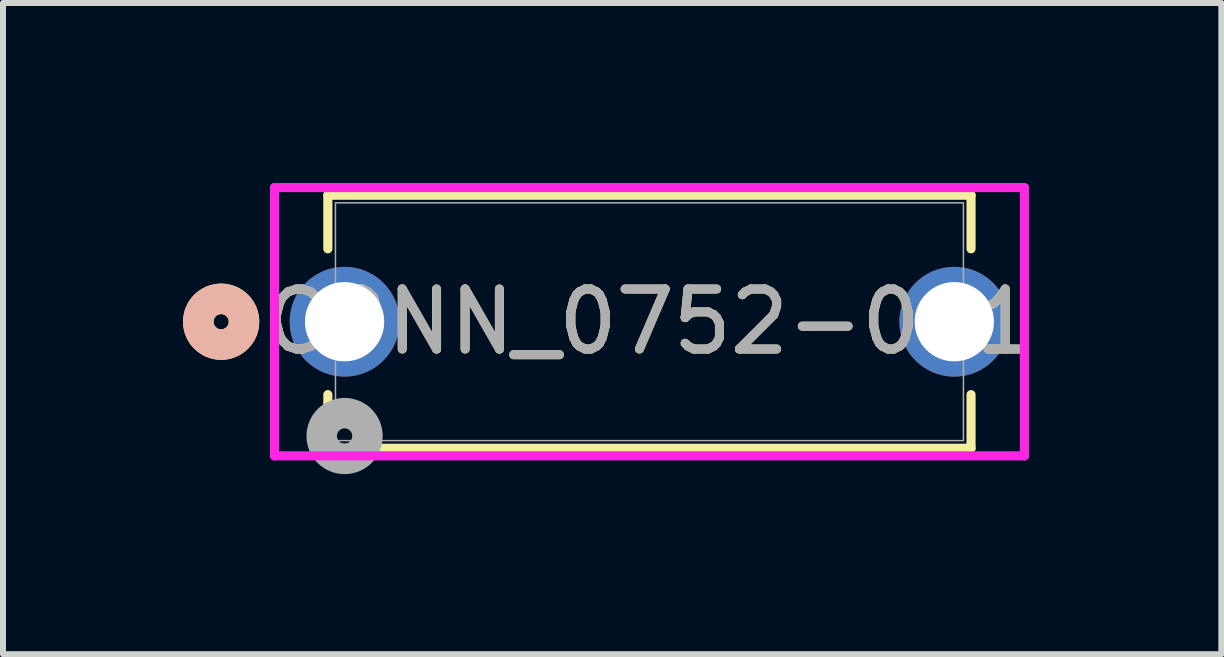
<source format=kicad_pcb>
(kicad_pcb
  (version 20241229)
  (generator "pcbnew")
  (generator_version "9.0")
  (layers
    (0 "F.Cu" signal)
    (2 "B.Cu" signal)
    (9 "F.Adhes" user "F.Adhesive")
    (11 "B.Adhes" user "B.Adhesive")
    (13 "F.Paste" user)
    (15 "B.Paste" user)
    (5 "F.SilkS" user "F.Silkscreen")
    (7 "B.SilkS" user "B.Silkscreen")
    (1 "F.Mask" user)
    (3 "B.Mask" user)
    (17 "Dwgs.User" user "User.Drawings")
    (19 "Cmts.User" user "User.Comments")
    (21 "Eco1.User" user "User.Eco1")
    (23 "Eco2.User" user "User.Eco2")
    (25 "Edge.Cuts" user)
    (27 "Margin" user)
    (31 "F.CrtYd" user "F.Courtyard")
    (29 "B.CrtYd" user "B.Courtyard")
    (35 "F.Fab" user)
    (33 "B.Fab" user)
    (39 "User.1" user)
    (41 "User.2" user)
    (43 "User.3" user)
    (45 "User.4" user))
  (footprint "CONN_0752-001"
    (layer "F.Cu")
    (at 2.692 2.311)
    (property "Reference" "CONN_0752-001" (at 5.08 0 0) (unlocked yes) (layer "F.SilkS") (effects (font (size 1 1) (thickness 0.15))))
    (attr through_hole)
    (fp_line (start -0.279 -2.108) (end -0.279 -1.215) (stroke (width 0.152) (type solid)) (layer "F.SilkS"))
    (fp_line (start -0.279 1.215) (end -0.279 2.108) (stroke (width 0.152) (type solid)) (layer "F.SilkS"))
    (fp_line (start -0.279 2.108) (end 10.439 2.108) (stroke (width 0.152) (type solid)) (layer "F.SilkS"))
    (fp_line (start 10.439 -2.108) (end -0.279 -2.108) (stroke (width 0.152) (type solid)) (layer "F.SilkS"))
    (fp_line (start 10.439 -1.215) (end 10.439 -2.108) (stroke (width 0.152) (type solid)) (layer "F.SilkS"))
    (fp_line (start 10.439 2.108) (end 10.439 1.215) (stroke (width 0.152) (type solid)) (layer "F.SilkS"))
    (fp_circle (center -2.057 0) (end -1.676 0) (stroke (width 0.508) (type solid)) (fill no) (layer "F.SilkS"))
    (fp_circle (center -2.057 0) (end -1.676 0) (stroke (width 0.508) (type solid)) (fill no) (layer "B.SilkS"))
    (fp_line (start -1.168 -2.235) (end -1.168 2.235) (stroke (width 0.152) (type solid)) (layer "F.CrtYd"))
    (fp_line (start -1.168 2.235) (end 11.328 2.235) (stroke (width 0.152) (type solid)) (layer "F.CrtYd"))
    (fp_line (start 11.328 -2.235) (end -1.168 -2.235) (stroke (width 0.152) (type solid)) (layer "F.CrtYd"))
    (fp_line (start 11.328 2.235) (end 11.328 -2.235) (stroke (width 0.152) (type solid)) (layer "F.CrtYd"))
    (fp_line (start -0.152 -1.981) (end -0.152 1.981) (stroke (width 0.025) (type solid)) (layer "F.Fab"))
    (fp_line (start -0.152 1.981) (end 10.312 1.981) (stroke (width 0.025) (type solid)) (layer "F.Fab"))
    (fp_line (start 10.312 -1.981) (end -0.152 -1.981) (stroke (width 0.025) (type solid)) (layer "F.Fab"))
    (fp_line (start 10.312 1.981) (end 10.312 -1.981) (stroke (width 0.025) (type solid)) (layer "F.Fab"))
    (fp_circle (center 0 1.905) (end 0.381 1.905) (stroke (width 0.508) (type solid)) (fill no) (layer "F.Fab"))
    (fp_text user "${REFERENCE}" (at 5.08 0 0) (unlocked yes) (layer "F.Fab") (effects (font (size 1 1) (thickness 0.15))))
    (pad "1" thru_hole circle (at 0 0) (size 1.829 1.829) (drill 1.321) (layers "*.Cu" "*.Mask"))
    (pad "2" thru_hole circle (at 10.16 0) (size 1.829 1.829) (drill 1.321) (layers "*.Cu" "*.Mask")))
  (gr_rect
    (start -3 -3)
    (end 17.302 7.851)
    (stroke (width 0.1) (type default))
    (fill no)
    (layer "Edge.Cuts")))
</source>
